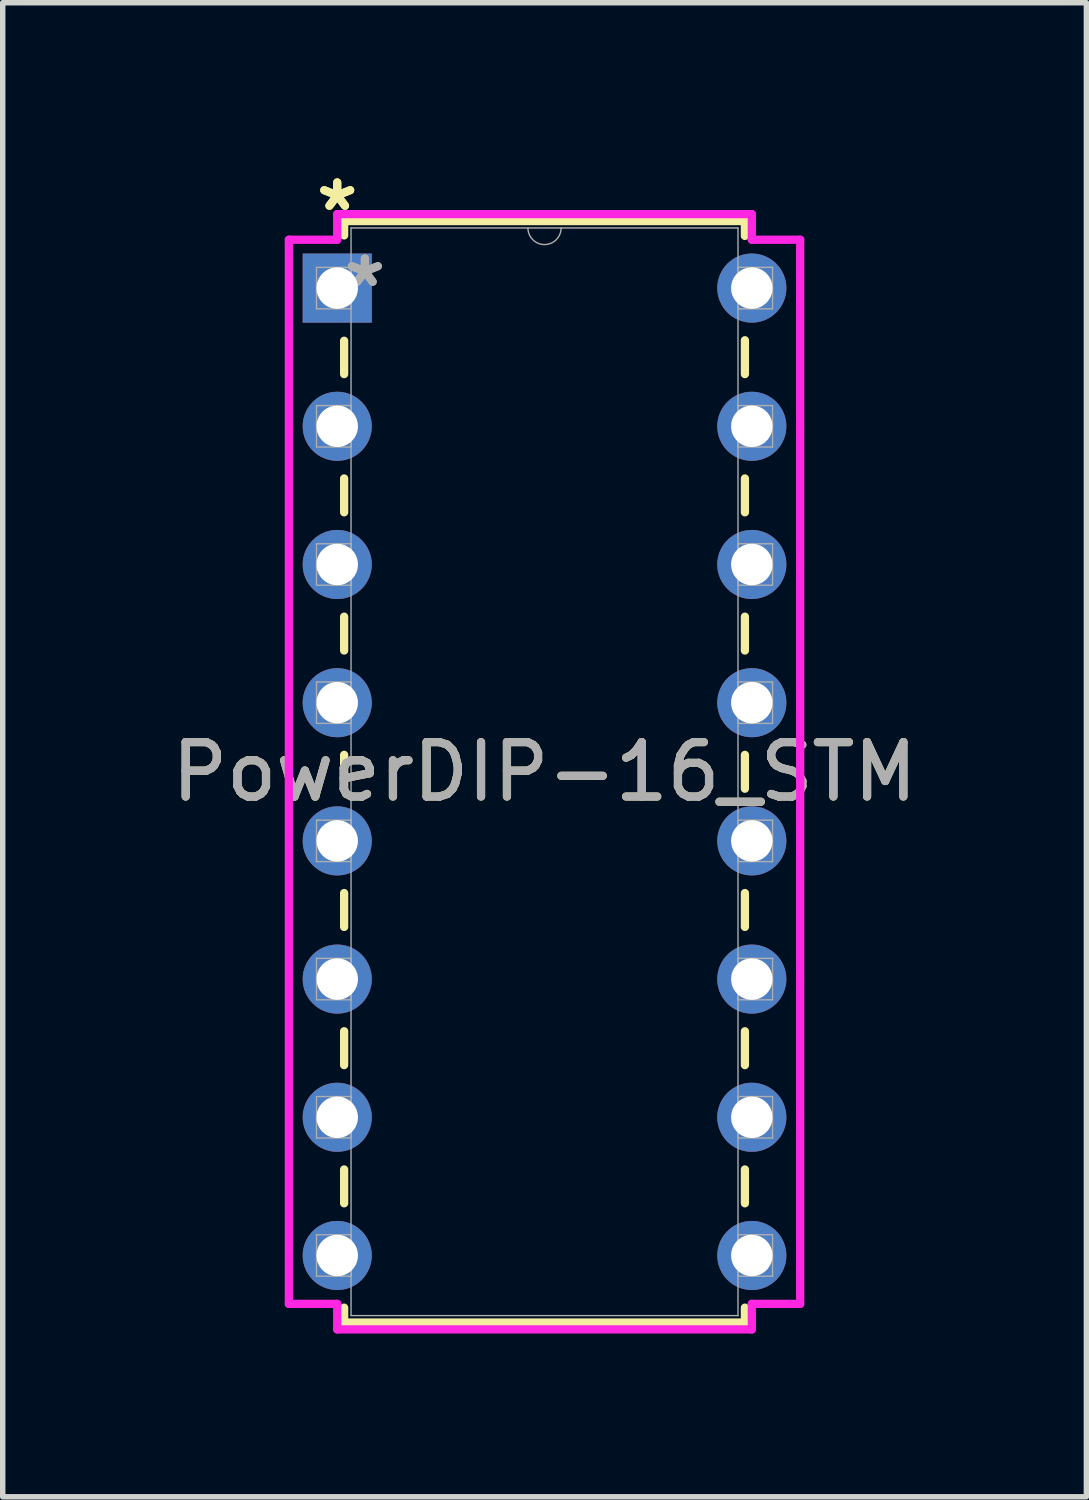
<source format=kicad_pcb>
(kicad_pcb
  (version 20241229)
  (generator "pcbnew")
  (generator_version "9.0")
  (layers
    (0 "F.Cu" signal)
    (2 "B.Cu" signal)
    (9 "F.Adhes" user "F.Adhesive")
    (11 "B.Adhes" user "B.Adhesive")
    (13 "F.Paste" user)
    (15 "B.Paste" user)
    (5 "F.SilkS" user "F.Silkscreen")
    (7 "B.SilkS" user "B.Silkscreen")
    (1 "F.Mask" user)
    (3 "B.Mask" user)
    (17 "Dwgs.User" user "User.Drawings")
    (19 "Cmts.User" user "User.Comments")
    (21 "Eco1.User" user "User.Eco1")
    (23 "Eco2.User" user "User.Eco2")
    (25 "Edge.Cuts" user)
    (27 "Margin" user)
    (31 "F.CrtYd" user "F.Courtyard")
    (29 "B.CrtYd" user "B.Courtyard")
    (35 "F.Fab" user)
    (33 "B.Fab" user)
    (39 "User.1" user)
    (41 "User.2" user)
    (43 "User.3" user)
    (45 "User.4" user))
  (footprint "PowerDIP-16_STM"
    (layer "F.Cu")
    (at 3.148 2.245)
    (property "Reference" "PowerDIP-16_STM" (at 3.81 8.89 0) (unlocked yes) (layer "F.SilkS") (effects (font (size 1 1) (thickness 0.15))))
    (attr through_hole)
    (fp_line (start 0.127 -1.232) (end 0.127 -0.968) (stroke (width 0.152) (type solid)) (layer "F.SilkS"))
    (fp_line (start 0.127 0.968) (end 0.127 1.581) (stroke (width 0.152) (type solid)) (layer "F.SilkS"))
    (fp_line (start 0.127 3.499) (end 0.127 4.121) (stroke (width 0.152) (type solid)) (layer "F.SilkS"))
    (fp_line (start 0.127 6.039) (end 0.127 6.661) (stroke (width 0.152) (type solid)) (layer "F.SilkS"))
    (fp_line (start 0.127 8.579) (end 0.127 9.201) (stroke (width 0.152) (type solid)) (layer "F.SilkS"))
    (fp_line (start 0.127 11.119) (end 0.127 11.741) (stroke (width 0.152) (type solid)) (layer "F.SilkS"))
    (fp_line (start 0.127 13.659) (end 0.127 14.281) (stroke (width 0.152) (type solid)) (layer "F.SilkS"))
    (fp_line (start 0.127 16.199) (end 0.127 16.821) (stroke (width 0.152) (type solid)) (layer "F.SilkS"))
    (fp_line (start 0.127 18.739) (end 0.127 19.012) (stroke (width 0.152) (type solid)) (layer "F.SilkS"))
    (fp_line (start 0.127 19.012) (end 7.493 19.012) (stroke (width 0.152) (type solid)) (layer "F.SilkS"))
    (fp_line (start 7.493 -1.232) (end 0.127 -1.232) (stroke (width 0.152) (type solid)) (layer "F.SilkS"))
    (fp_line (start 7.493 -0.959) (end 7.493 -1.232) (stroke (width 0.152) (type solid)) (layer "F.SilkS"))
    (fp_line (start 7.493 1.581) (end 7.493 0.959) (stroke (width 0.152) (type solid)) (layer "F.SilkS"))
    (fp_line (start 7.493 4.121) (end 7.493 3.499) (stroke (width 0.152) (type solid)) (layer "F.SilkS"))
    (fp_line (start 7.493 6.661) (end 7.493 6.039) (stroke (width 0.152) (type solid)) (layer "F.SilkS"))
    (fp_line (start 7.493 9.201) (end 7.493 8.579) (stroke (width 0.152) (type solid)) (layer "F.SilkS"))
    (fp_line (start 7.493 11.741) (end 7.493 11.119) (stroke (width 0.152) (type solid)) (layer "F.SilkS"))
    (fp_line (start 7.493 14.281) (end 7.493 13.659) (stroke (width 0.152) (type solid)) (layer "F.SilkS"))
    (fp_line (start 7.493 16.821) (end 7.493 16.199) (stroke (width 0.152) (type solid)) (layer "F.SilkS"))
    (fp_line (start 7.493 19.012) (end 7.493 18.739) (stroke (width 0.152) (type solid)) (layer "F.SilkS"))
    (fp_line (start -0.889 -0.889) (end 0 -0.889) (stroke (width 0.152) (type solid)) (layer "F.CrtYd"))
    (fp_line (start -0.889 18.669) (end -0.889 -0.889) (stroke (width 0.152) (type solid)) (layer "F.CrtYd"))
    (fp_line (start 0 -1.359) (end 7.62 -1.359) (stroke (width 0.152) (type solid)) (layer "F.CrtYd"))
    (fp_line (start 0 -0.889) (end 0 -1.359) (stroke (width 0.152) (type solid)) (layer "F.CrtYd"))
    (fp_line (start 0 18.669) (end -0.889 18.669) (stroke (width 0.152) (type solid)) (layer "F.CrtYd"))
    (fp_line (start 0 19.139) (end 0 18.669) (stroke (width 0.152) (type solid)) (layer "F.CrtYd"))
    (fp_line (start 7.62 -1.359) (end 7.62 -0.889) (stroke (width 0.152) (type solid)) (layer "F.CrtYd"))
    (fp_line (start 7.62 18.669) (end 7.62 19.139) (stroke (width 0.152) (type solid)) (layer "F.CrtYd"))
    (fp_line (start 7.62 19.139) (end 0 19.139) (stroke (width 0.152) (type solid)) (layer "F.CrtYd"))
    (fp_line (start 8.509 -0.889) (end 7.62 -0.889) (stroke (width 0.152) (type solid)) (layer "F.CrtYd"))
    (fp_line (start 8.509 -0.889) (end 8.509 18.669) (stroke (width 0.152) (type solid)) (layer "F.CrtYd"))
    (fp_line (start 8.509 18.669) (end 7.62 18.669) (stroke (width 0.152) (type solid)) (layer "F.CrtYd"))
    (fp_line (start -0.381 -0.381) (end -0.381 0.381) (stroke (width 0.025) (type solid)) (layer "F.Fab"))
    (fp_line (start -0.381 0.381) (end 0.254 0.381) (stroke (width 0.025) (type solid)) (layer "F.Fab"))
    (fp_line (start -0.381 2.159) (end -0.381 2.921) (stroke (width 0.025) (type solid)) (layer "F.Fab"))
    (fp_line (start -0.381 2.921) (end 0.254 2.921) (stroke (width 0.025) (type solid)) (layer "F.Fab"))
    (fp_line (start -0.381 4.699) (end -0.381 5.461) (stroke (width 0.025) (type solid)) (layer "F.Fab"))
    (fp_line (start -0.381 5.461) (end 0.254 5.461) (stroke (width 0.025) (type solid)) (layer "F.Fab"))
    (fp_line (start -0.381 7.239) (end -0.381 8.001) (stroke (width 0.025) (type solid)) (layer "F.Fab"))
    (fp_line (start -0.381 8.001) (end 0.254 8.001) (stroke (width 0.025) (type solid)) (layer "F.Fab"))
    (fp_line (start -0.381 9.779) (end -0.381 10.541) (stroke (width 0.025) (type solid)) (layer "F.Fab"))
    (fp_line (start -0.381 10.541) (end 0.254 10.541) (stroke (width 0.025) (type solid)) (layer "F.Fab"))
    (fp_line (start -0.381 12.319) (end -0.381 13.081) (stroke (width 0.025) (type solid)) (layer "F.Fab"))
    (fp_line (start -0.381 13.081) (end 0.254 13.081) (stroke (width 0.025) (type solid)) (layer "F.Fab"))
    (fp_line (start -0.381 14.859) (end -0.381 15.621) (stroke (width 0.025) (type solid)) (layer "F.Fab"))
    (fp_line (start -0.381 15.621) (end 0.254 15.621) (stroke (width 0.025) (type solid)) (layer "F.Fab"))
    (fp_line (start -0.381 17.399) (end -0.381 18.161) (stroke (width 0.025) (type solid)) (layer "F.Fab"))
    (fp_line (start -0.381 18.161) (end 0.254 18.161) (stroke (width 0.025) (type solid)) (layer "F.Fab"))
    (fp_line (start 0.254 -1.105) (end 0.254 18.885) (stroke (width 0.025) (type solid)) (layer "F.Fab"))
    (fp_line (start 0.254 -0.381) (end -0.381 -0.381) (stroke (width 0.025) (type solid)) (layer "F.Fab"))
    (fp_line (start 0.254 0.381) (end 0.254 -0.381) (stroke (width 0.025) (type solid)) (layer "F.Fab"))
    (fp_line (start 0.254 2.159) (end -0.381 2.159) (stroke (width 0.025) (type solid)) (layer "F.Fab"))
    (fp_line (start 0.254 2.921) (end 0.254 2.159) (stroke (width 0.025) (type solid)) (layer "F.Fab"))
    (fp_line (start 0.254 4.699) (end -0.381 4.699) (stroke (width 0.025) (type solid)) (layer "F.Fab"))
    (fp_line (start 0.254 5.461) (end 0.254 4.699) (stroke (width 0.025) (type solid)) (layer "F.Fab"))
    (fp_line (start 0.254 7.239) (end -0.381 7.239) (stroke (width 0.025) (type solid)) (layer "F.Fab"))
    (fp_line (start 0.254 8.001) (end 0.254 7.239) (stroke (width 0.025) (type solid)) (layer "F.Fab"))
    (fp_line (start 0.254 9.779) (end -0.381 9.779) (stroke (width 0.025) (type solid)) (layer "F.Fab"))
    (fp_line (start 0.254 10.541) (end 0.254 9.779) (stroke (width 0.025) (type solid)) (layer "F.Fab"))
    (fp_line (start 0.254 12.319) (end -0.381 12.319) (stroke (width 0.025) (type solid)) (layer "F.Fab"))
    (fp_line (start 0.254 13.081) (end 0.254 12.319) (stroke (width 0.025) (type solid)) (layer "F.Fab"))
    (fp_line (start 0.254 14.859) (end -0.381 14.859) (stroke (width 0.025) (type solid)) (layer "F.Fab"))
    (fp_line (start 0.254 15.621) (end 0.254 14.859) (stroke (width 0.025) (type solid)) (layer "F.Fab"))
    (fp_line (start 0.254 17.399) (end -0.381 17.399) (stroke (width 0.025) (type solid)) (layer "F.Fab"))
    (fp_line (start 0.254 18.161) (end 0.254 17.399) (stroke (width 0.025) (type solid)) (layer "F.Fab"))
    (fp_line (start 0.254 18.885) (end 7.366 18.885) (stroke (width 0.025) (type solid)) (layer "F.Fab"))
    (fp_line (start 7.366 -1.105) (end 0.254 -1.105) (stroke (width 0.025) (type solid)) (layer "F.Fab"))
    (fp_line (start 7.366 -0.381) (end 7.366 0.381) (stroke (width 0.025) (type solid)) (layer "F.Fab"))
    (fp_line (start 7.366 0.381) (end 8.001 0.381) (stroke (width 0.025) (type solid)) (layer "F.Fab"))
    (fp_line (start 7.366 2.159) (end 7.366 2.921) (stroke (width 0.025) (type solid)) (layer "F.Fab"))
    (fp_line (start 7.366 2.921) (end 8.001 2.921) (stroke (width 0.025) (type solid)) (layer "F.Fab"))
    (fp_line (start 7.366 4.699) (end 7.366 5.461) (stroke (width 0.025) (type solid)) (layer "F.Fab"))
    (fp_line (start 7.366 5.461) (end 8.001 5.461) (stroke (width 0.025) (type solid)) (layer "F.Fab"))
    (fp_line (start 7.366 7.239) (end 7.366 8.001) (stroke (width 0.025) (type solid)) (layer "F.Fab"))
    (fp_line (start 7.366 8.001) (end 8.001 8.001) (stroke (width 0.025) (type solid)) (layer "F.Fab"))
    (fp_line (start 7.366 9.779) (end 7.366 10.541) (stroke (width 0.025) (type solid)) (layer "F.Fab"))
    (fp_line (start 7.366 10.541) (end 8.001 10.541) (stroke (width 0.025) (type solid)) (layer "F.Fab"))
    (fp_line (start 7.366 12.319) (end 7.366 13.081) (stroke (width 0.025) (type solid)) (layer "F.Fab"))
    (fp_line (start 7.366 13.081) (end 8.001 13.081) (stroke (width 0.025) (type solid)) (layer "F.Fab"))
    (fp_line (start 7.366 14.859) (end 7.366 15.621) (stroke (width 0.025) (type solid)) (layer "F.Fab"))
    (fp_line (start 7.366 15.621) (end 8.001 15.621) (stroke (width 0.025) (type solid)) (layer "F.Fab"))
    (fp_line (start 7.366 17.399) (end 7.366 18.161) (stroke (width 0.025) (type solid)) (layer "F.Fab"))
    (fp_line (start 7.366 18.161) (end 8.001 18.161) (stroke (width 0.025) (type solid)) (layer "F.Fab"))
    (fp_line (start 7.366 18.885) (end 7.366 -1.105) (stroke (width 0.025) (type solid)) (layer "F.Fab"))
    (fp_line (start 8.001 -0.381) (end 7.366 -0.381) (stroke (width 0.025) (type solid)) (layer "F.Fab"))
    (fp_line (start 8.001 0.381) (end 8.001 -0.381) (stroke (width 0.025) (type solid)) (layer "F.Fab"))
    (fp_line (start 8.001 2.159) (end 7.366 2.159) (stroke (width 0.025) (type solid)) (layer "F.Fab"))
    (fp_line (start 8.001 2.921) (end 8.001 2.159) (stroke (width 0.025) (type solid)) (layer "F.Fab"))
    (fp_line (start 8.001 4.699) (end 7.366 4.699) (stroke (width 0.025) (type solid)) (layer "F.Fab"))
    (fp_line (start 8.001 5.461) (end 8.001 4.699) (stroke (width 0.025) (type solid)) (layer "F.Fab"))
    (fp_line (start 8.001 7.239) (end 7.366 7.239) (stroke (width 0.025) (type solid)) (layer "F.Fab"))
    (fp_line (start 8.001 8.001) (end 8.001 7.239) (stroke (width 0.025) (type solid)) (layer "F.Fab"))
    (fp_line (start 8.001 9.779) (end 7.366 9.779) (stroke (width 0.025) (type solid)) (layer "F.Fab"))
    (fp_line (start 8.001 10.541) (end 8.001 9.779) (stroke (width 0.025) (type solid)) (layer "F.Fab"))
    (fp_line (start 8.001 12.319) (end 7.366 12.319) (stroke (width 0.025) (type solid)) (layer "F.Fab"))
    (fp_line (start 8.001 13.081) (end 8.001 12.319) (stroke (width 0.025) (type solid)) (layer "F.Fab"))
    (fp_line (start 8.001 14.859) (end 7.366 14.859) (stroke (width 0.025) (type solid)) (layer "F.Fab"))
    (fp_line (start 8.001 15.621) (end 8.001 14.859) (stroke (width 0.025) (type solid)) (layer "F.Fab"))
    (fp_line (start 8.001 17.399) (end 7.366 17.399) (stroke (width 0.025) (type solid)) (layer "F.Fab"))
    (fp_line (start 8.001 18.161) (end 8.001 17.399) (stroke (width 0.025) (type solid)) (layer "F.Fab"))
    (fp_arc (start 4.1148 -1.1049) (mid 3.81 -0.8001) (end 3.5052 -1.1049) (stroke (width 0.0254) (type solid)) (layer "F.Fab"))
    (fp_text user "*" (at 0 -1.397 0) (layer "F.SilkS") (effects (font (size 1 1) (thickness 0.15))))
    (fp_text user "*" (at 0 -1.397 0) (unlocked yes) (layer "F.SilkS") (effects (font (size 1 1) (thickness 0.15))))
    (fp_text user "*" (at 0.508 0 0) (layer "F.Fab") (effects (font (size 1 1) (thickness 0.15))))
    (fp_text user "*" (at 0.508 0 0) (unlocked yes) (layer "F.Fab") (effects (font (size 1 1) (thickness 0.15))))
    (fp_text user "${REFERENCE}" (at 3.81 8.89 0) (unlocked yes) (layer "F.Fab") (effects (font (size 1 1) (thickness 0.15))))
    (pad "1" thru_hole rect (at 0 0) (size 1.27 1.27) (drill 0.762) (layers "*.Cu" "*.Mask"))
    (pad "2" thru_hole circle (at 0 2.54) (size 1.27 1.27) (drill 0.762) (layers "*.Cu" "*.Mask"))
    (pad "3" thru_hole circle (at 0 5.08) (size 1.27 1.27) (drill 0.762) (layers "*.Cu" "*.Mask"))
    (pad "4" thru_hole circle (at 0 7.62) (size 1.27 1.27) (drill 0.762) (layers "*.Cu" "*.Mask"))
    (pad "5" thru_hole circle (at 0 10.16) (size 1.27 1.27) (drill 0.762) (layers "*.Cu" "*.Mask"))
    (pad "6" thru_hole circle (at 0 12.7) (size 1.27 1.27) (drill 0.762) (layers "*.Cu" "*.Mask"))
    (pad "7" thru_hole circle (at 0 15.24) (size 1.27 1.27) (drill 0.762) (layers "*.Cu" "*.Mask"))
    (pad "8" thru_hole circle (at 0 17.78) (size 1.27 1.27) (drill 0.762) (layers "*.Cu" "*.Mask"))
    (pad "9" thru_hole circle (at 7.62 17.78) (size 1.27 1.27) (drill 0.762) (layers "*.Cu" "*.Mask"))
    (pad "10" thru_hole circle (at 7.62 15.24) (size 1.27 1.27) (drill 0.762) (layers "*.Cu" "*.Mask"))
    (pad "11" thru_hole circle (at 7.62 12.7) (size 1.27 1.27) (drill 0.762) (layers "*.Cu" "*.Mask"))
    (pad "12" thru_hole circle (at 7.62 10.16) (size 1.27 1.27) (drill 0.762) (layers "*.Cu" "*.Mask"))
    (pad "13" thru_hole circle (at 7.62 7.62) (size 1.27 1.27) (drill 0.762) (layers "*.Cu" "*.Mask"))
    (pad "14" thru_hole circle (at 7.62 5.08) (size 1.27 1.27) (drill 0.762) (layers "*.Cu" "*.Mask"))
    (pad "15" thru_hole circle (at 7.62 2.54) (size 1.27 1.27) (drill 0.762) (layers "*.Cu" "*.Mask"))
    (pad "16" thru_hole circle (at 7.62 0) (size 1.27 1.27) (drill 0.762) (layers "*.Cu" "*.Mask")))
  (gr_rect
    (start -3 -3)
    (end 16.917 24.46)
    (stroke (width 0.1) (type default))
    (fill no)
    (layer "Edge.Cuts")))
</source>
